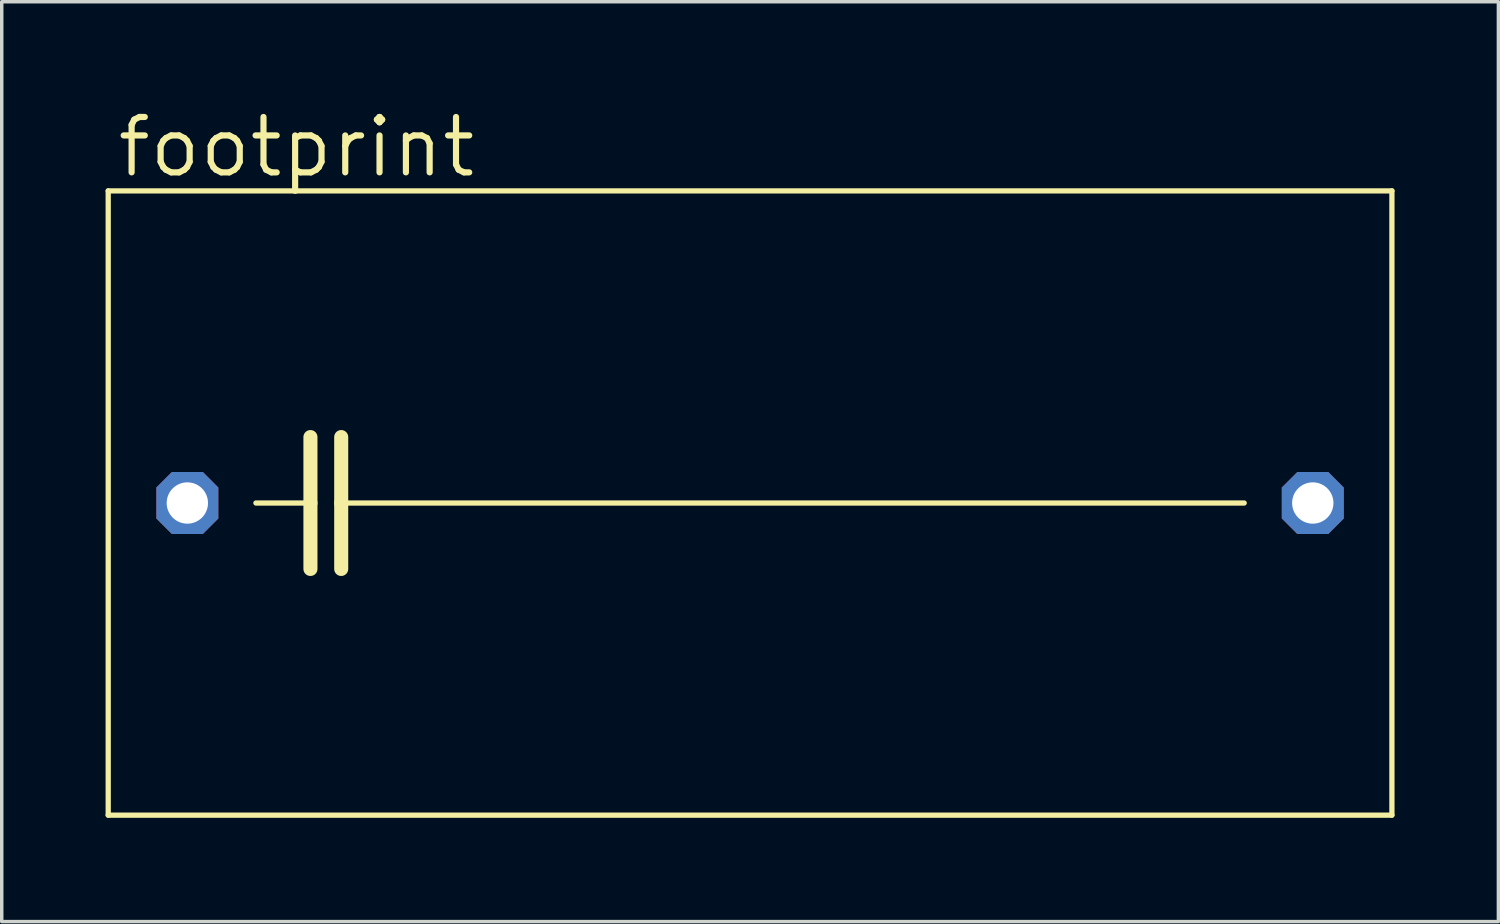
<source format=kicad_pcb>
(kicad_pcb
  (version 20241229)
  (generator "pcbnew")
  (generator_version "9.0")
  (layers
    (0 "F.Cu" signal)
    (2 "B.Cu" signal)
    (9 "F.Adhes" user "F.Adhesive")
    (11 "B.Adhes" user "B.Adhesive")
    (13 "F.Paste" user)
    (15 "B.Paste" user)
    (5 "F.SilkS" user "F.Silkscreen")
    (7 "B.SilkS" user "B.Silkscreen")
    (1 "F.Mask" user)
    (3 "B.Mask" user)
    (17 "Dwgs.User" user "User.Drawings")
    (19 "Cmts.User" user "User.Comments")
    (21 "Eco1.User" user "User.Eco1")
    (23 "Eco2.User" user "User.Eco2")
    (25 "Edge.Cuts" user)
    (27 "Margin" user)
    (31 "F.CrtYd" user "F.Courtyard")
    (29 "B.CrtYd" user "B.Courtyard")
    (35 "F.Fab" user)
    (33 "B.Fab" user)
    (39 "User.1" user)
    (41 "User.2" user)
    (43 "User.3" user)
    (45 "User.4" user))
  (footprint "footprint"
    (layer "F.Cu")
    (at 18.618 11.481)
    (property "Reference" "footprint" (at -18.364 -9.347 0) (layer "F.SilkS") (effects (font (size 1.6 1.6) (thickness 0.178)) (justify left bottom)))
    (fp_line (start -18.542 -9.017) (end -18.542 9.017) (stroke (width 0.152) (type solid)) (layer "F.SilkS"))
    (fp_line (start -18.542 9.017) (end 18.542 9.017) (stroke (width 0.152) (type solid)) (layer "F.SilkS"))
    (fp_line (start -14.275 0) (end -12.7 0) (stroke (width 0.152) (type solid)) (layer "F.SilkS"))
    (fp_line (start -12.7 -1.905) (end -12.7 0) (stroke (width 0.406) (type solid)) (layer "F.SilkS"))
    (fp_line (start -12.7 0) (end -12.7 1.905) (stroke (width 0.406) (type solid)) (layer "F.SilkS"))
    (fp_line (start -11.811 -1.905) (end -11.811 0) (stroke (width 0.406) (type solid)) (layer "F.SilkS"))
    (fp_line (start -11.811 0) (end -11.811 1.905) (stroke (width 0.406) (type solid)) (layer "F.SilkS"))
    (fp_line (start -11.811 0) (end 14.275 0) (stroke (width 0.152) (type solid)) (layer "F.SilkS"))
    (fp_line (start 18.542 -9.017) (end -18.542 -9.017) (stroke (width 0.152) (type solid)) (layer "F.SilkS"))
    (fp_line (start 18.542 -9.017) (end 18.542 9.017) (stroke (width 0.152) (type solid)) (layer "F.SilkS"))
    (pad "1" thru_hole roundrect (at -16.256 0) (size 1.791 1.791) (drill 1.194) (layers "*.Cu" "*.Mask") (roundrect_rratio 0.25) (chamfer_ratio 0.25) (chamfer top_left top_right bottom_left bottom_right))
    (pad "2" thru_hole roundrect (at 16.256 0) (size 1.791 1.791) (drill 1.194) (layers "*.Cu" "*.Mask") (roundrect_rratio 0.25) (chamfer_ratio 0.25) (chamfer top_left top_right bottom_left bottom_right)))
  (gr_rect
    (start -3 -3)
    (end 40.236 23.574)
    (stroke (width 0.1) (type default))
    (fill no)
    (layer "Edge.Cuts")))
</source>
